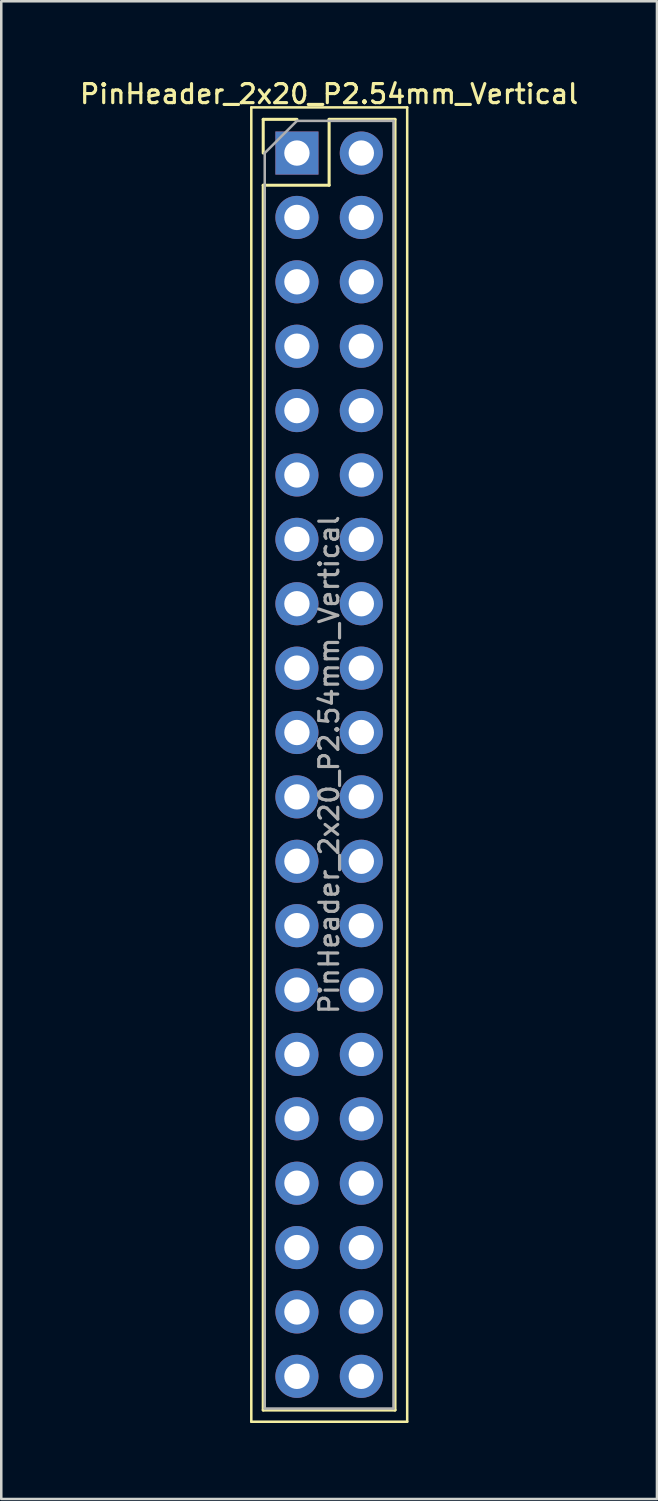
<source format=kicad_pcb>
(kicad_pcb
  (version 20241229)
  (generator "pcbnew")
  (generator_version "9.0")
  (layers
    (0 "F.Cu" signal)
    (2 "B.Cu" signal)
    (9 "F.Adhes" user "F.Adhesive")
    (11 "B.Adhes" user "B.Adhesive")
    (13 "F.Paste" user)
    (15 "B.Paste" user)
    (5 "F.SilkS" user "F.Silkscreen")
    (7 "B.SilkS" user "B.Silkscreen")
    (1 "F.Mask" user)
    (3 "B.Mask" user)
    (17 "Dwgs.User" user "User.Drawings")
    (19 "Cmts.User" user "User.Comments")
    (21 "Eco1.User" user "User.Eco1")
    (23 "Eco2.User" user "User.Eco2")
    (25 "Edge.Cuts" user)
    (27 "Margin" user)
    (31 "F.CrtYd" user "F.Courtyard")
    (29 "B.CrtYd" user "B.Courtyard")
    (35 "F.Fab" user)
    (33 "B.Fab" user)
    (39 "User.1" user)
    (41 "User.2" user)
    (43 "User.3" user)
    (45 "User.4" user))
  (footprint "PinHeader_2x20_P2.54mm_Vertical"
    (layer "F.Cu")
    (at 8.664 2.988)
    (property "Reference" "PinHeader_2x20_P2.54mm_Vertical" (at 1.27 -2.33 0) (layer "F.SilkS") (effects (font (size 0.75 0.75) (thickness 0.125))))
    (attr through_hole)
    (fp_line (start -1.8 -1.8) (end -1.8 50.05) (stroke (width 0.1) (type solid)) (layer "F.SilkS"))
    (fp_line (start -1.8 50.05) (end 4.35 50.05) (stroke (width 0.1) (type solid)) (layer "F.SilkS"))
    (fp_line (start -1.33 -1.33) (end 0 -1.33) (stroke (width 0.12) (type solid)) (layer "F.SilkS"))
    (fp_line (start -1.33 0) (end -1.33 -1.33) (stroke (width 0.12) (type solid)) (layer "F.SilkS"))
    (fp_line (start -1.33 1.27) (end -1.33 49.59) (stroke (width 0.12) (type solid)) (layer "F.SilkS"))
    (fp_line (start -1.33 1.27) (end 1.27 1.27) (stroke (width 0.12) (type solid)) (layer "F.SilkS"))
    (fp_line (start -1.33 49.59) (end 3.87 49.59) (stroke (width 0.12) (type solid)) (layer "F.SilkS"))
    (fp_line (start 1.27 -1.33) (end 3.87 -1.33) (stroke (width 0.12) (type solid)) (layer "F.SilkS"))
    (fp_line (start 1.27 1.27) (end 1.27 -1.33) (stroke (width 0.12) (type solid)) (layer "F.SilkS"))
    (fp_line (start 3.87 -1.33) (end 3.87 49.59) (stroke (width 0.12) (type solid)) (layer "F.SilkS"))
    (fp_line (start 4.35 -1.8) (end -1.8 -1.8) (stroke (width 0.1) (type solid)) (layer "F.SilkS"))
    (fp_line (start 4.35 50.05) (end 4.35 -1.8) (stroke (width 0.1) (type solid)) (layer "F.SilkS"))
    (fp_line (start -1.27 0) (end 0 -1.27) (stroke (width 0.1) (type solid)) (layer "F.Fab"))
    (fp_line (start -1.27 49.53) (end -1.27 0) (stroke (width 0.1) (type solid)) (layer "F.Fab"))
    (fp_line (start 0 -1.27) (end 3.81 -1.27) (stroke (width 0.1) (type solid)) (layer "F.Fab"))
    (fp_line (start 3.81 -1.27) (end 3.81 49.53) (stroke (width 0.1) (type solid)) (layer "F.Fab"))
    (fp_line (start 3.81 49.53) (end -1.27 49.53) (stroke (width 0.1) (type solid)) (layer "F.Fab"))
    (fp_text user "${REFERENCE}" (at 1.27 24.13 90) (layer "F.Fab") (effects (font (size 0.75 0.75) (thickness 0.125))))
    (pad "1" thru_hole rect (at 0 0) (size 1.7 1.7) (drill 1) (layers "*.Cu" "*.Mask"))
    (pad "2" thru_hole oval (at 2.54 0) (size 1.7 1.7) (drill 1) (layers "*.Cu" "*.Mask"))
    (pad "3" thru_hole oval (at 0 2.54) (size 1.7 1.7) (drill 1) (layers "*.Cu" "*.Mask"))
    (pad "4" thru_hole oval (at 2.54 2.54) (size 1.7 1.7) (drill 1) (layers "*.Cu" "*.Mask"))
    (pad "5" thru_hole oval (at 0 5.08) (size 1.7 1.7) (drill 1) (layers "*.Cu" "*.Mask"))
    (pad "6" thru_hole oval (at 2.54 5.08) (size 1.7 1.7) (drill 1) (layers "*.Cu" "*.Mask"))
    (pad "7" thru_hole oval (at 0 7.62) (size 1.7 1.7) (drill 1) (layers "*.Cu" "*.Mask"))
    (pad "8" thru_hole oval (at 2.54 7.62) (size 1.7 1.7) (drill 1) (layers "*.Cu" "*.Mask"))
    (pad "9" thru_hole oval (at 0 10.16) (size 1.7 1.7) (drill 1) (layers "*.Cu" "*.Mask"))
    (pad "10" thru_hole oval (at 2.54 10.16) (size 1.7 1.7) (drill 1) (layers "*.Cu" "*.Mask"))
    (pad "11" thru_hole oval (at 0 12.7) (size 1.7 1.7) (drill 1) (layers "*.Cu" "*.Mask"))
    (pad "12" thru_hole oval (at 2.54 12.7) (size 1.7 1.7) (drill 1) (layers "*.Cu" "*.Mask"))
    (pad "13" thru_hole oval (at 0 15.24) (size 1.7 1.7) (drill 1) (layers "*.Cu" "*.Mask"))
    (pad "14" thru_hole oval (at 2.54 15.24) (size 1.7 1.7) (drill 1) (layers "*.Cu" "*.Mask"))
    (pad "15" thru_hole oval (at 0 17.78) (size 1.7 1.7) (drill 1) (layers "*.Cu" "*.Mask"))
    (pad "16" thru_hole oval (at 2.54 17.78) (size 1.7 1.7) (drill 1) (layers "*.Cu" "*.Mask"))
    (pad "17" thru_hole oval (at 0 20.32) (size 1.7 1.7) (drill 1) (layers "*.Cu" "*.Mask"))
    (pad "18" thru_hole oval (at 2.54 20.32) (size 1.7 1.7) (drill 1) (layers "*.Cu" "*.Mask"))
    (pad "19" thru_hole oval (at 0 22.86) (size 1.7 1.7) (drill 1) (layers "*.Cu" "*.Mask"))
    (pad "20" thru_hole oval (at 2.54 22.86) (size 1.7 1.7) (drill 1) (layers "*.Cu" "*.Mask"))
    (pad "21" thru_hole oval (at 0 25.4) (size 1.7 1.7) (drill 1) (layers "*.Cu" "*.Mask"))
    (pad "22" thru_hole oval (at 2.54 25.4) (size 1.7 1.7) (drill 1) (layers "*.Cu" "*.Mask"))
    (pad "23" thru_hole oval (at 0 27.94) (size 1.7 1.7) (drill 1) (layers "*.Cu" "*.Mask"))
    (pad "24" thru_hole oval (at 2.54 27.94) (size 1.7 1.7) (drill 1) (layers "*.Cu" "*.Mask"))
    (pad "25" thru_hole oval (at 0 30.48) (size 1.7 1.7) (drill 1) (layers "*.Cu" "*.Mask"))
    (pad "26" thru_hole oval (at 2.54 30.48) (size 1.7 1.7) (drill 1) (layers "*.Cu" "*.Mask"))
    (pad "27" thru_hole oval (at 0 33.02) (size 1.7 1.7) (drill 1) (layers "*.Cu" "*.Mask"))
    (pad "28" thru_hole oval (at 2.54 33.02) (size 1.7 1.7) (drill 1) (layers "*.Cu" "*.Mask"))
    (pad "29" thru_hole oval (at 0 35.56) (size 1.7 1.7) (drill 1) (layers "*.Cu" "*.Mask"))
    (pad "30" thru_hole oval (at 2.54 35.56) (size 1.7 1.7) (drill 1) (layers "*.Cu" "*.Mask"))
    (pad "31" thru_hole oval (at 0 38.1) (size 1.7 1.7) (drill 1) (layers "*.Cu" "*.Mask"))
    (pad "32" thru_hole oval (at 2.54 38.1) (size 1.7 1.7) (drill 1) (layers "*.Cu" "*.Mask"))
    (pad "33" thru_hole oval (at 0 40.64) (size 1.7 1.7) (drill 1) (layers "*.Cu" "*.Mask"))
    (pad "34" thru_hole oval (at 2.54 40.64) (size 1.7 1.7) (drill 1) (layers "*.Cu" "*.Mask"))
    (pad "35" thru_hole oval (at 0 43.18) (size 1.7 1.7) (drill 1) (layers "*.Cu" "*.Mask"))
    (pad "36" thru_hole oval (at 2.54 43.18) (size 1.7 1.7) (drill 1) (layers "*.Cu" "*.Mask"))
    (pad "37" thru_hole oval (at 0 45.72) (size 1.7 1.7) (drill 1) (layers "*.Cu" "*.Mask"))
    (pad "38" thru_hole oval (at 2.54 45.72) (size 1.7 1.7) (drill 1) (layers "*.Cu" "*.Mask"))
    (pad "39" thru_hole oval (at 0 48.26) (size 1.7 1.7) (drill 1) (layers "*.Cu" "*.Mask"))
    (pad "40" thru_hole oval (at 2.54 48.26) (size 1.7 1.7) (drill 1) (layers "*.Cu" "*.Mask")))
  (gr_rect
    (start -3 -3)
    (end 22.868 56.088)
    (stroke (width 0.1) (type default))
    (fill no)
    (layer "Edge.Cuts")))
</source>
